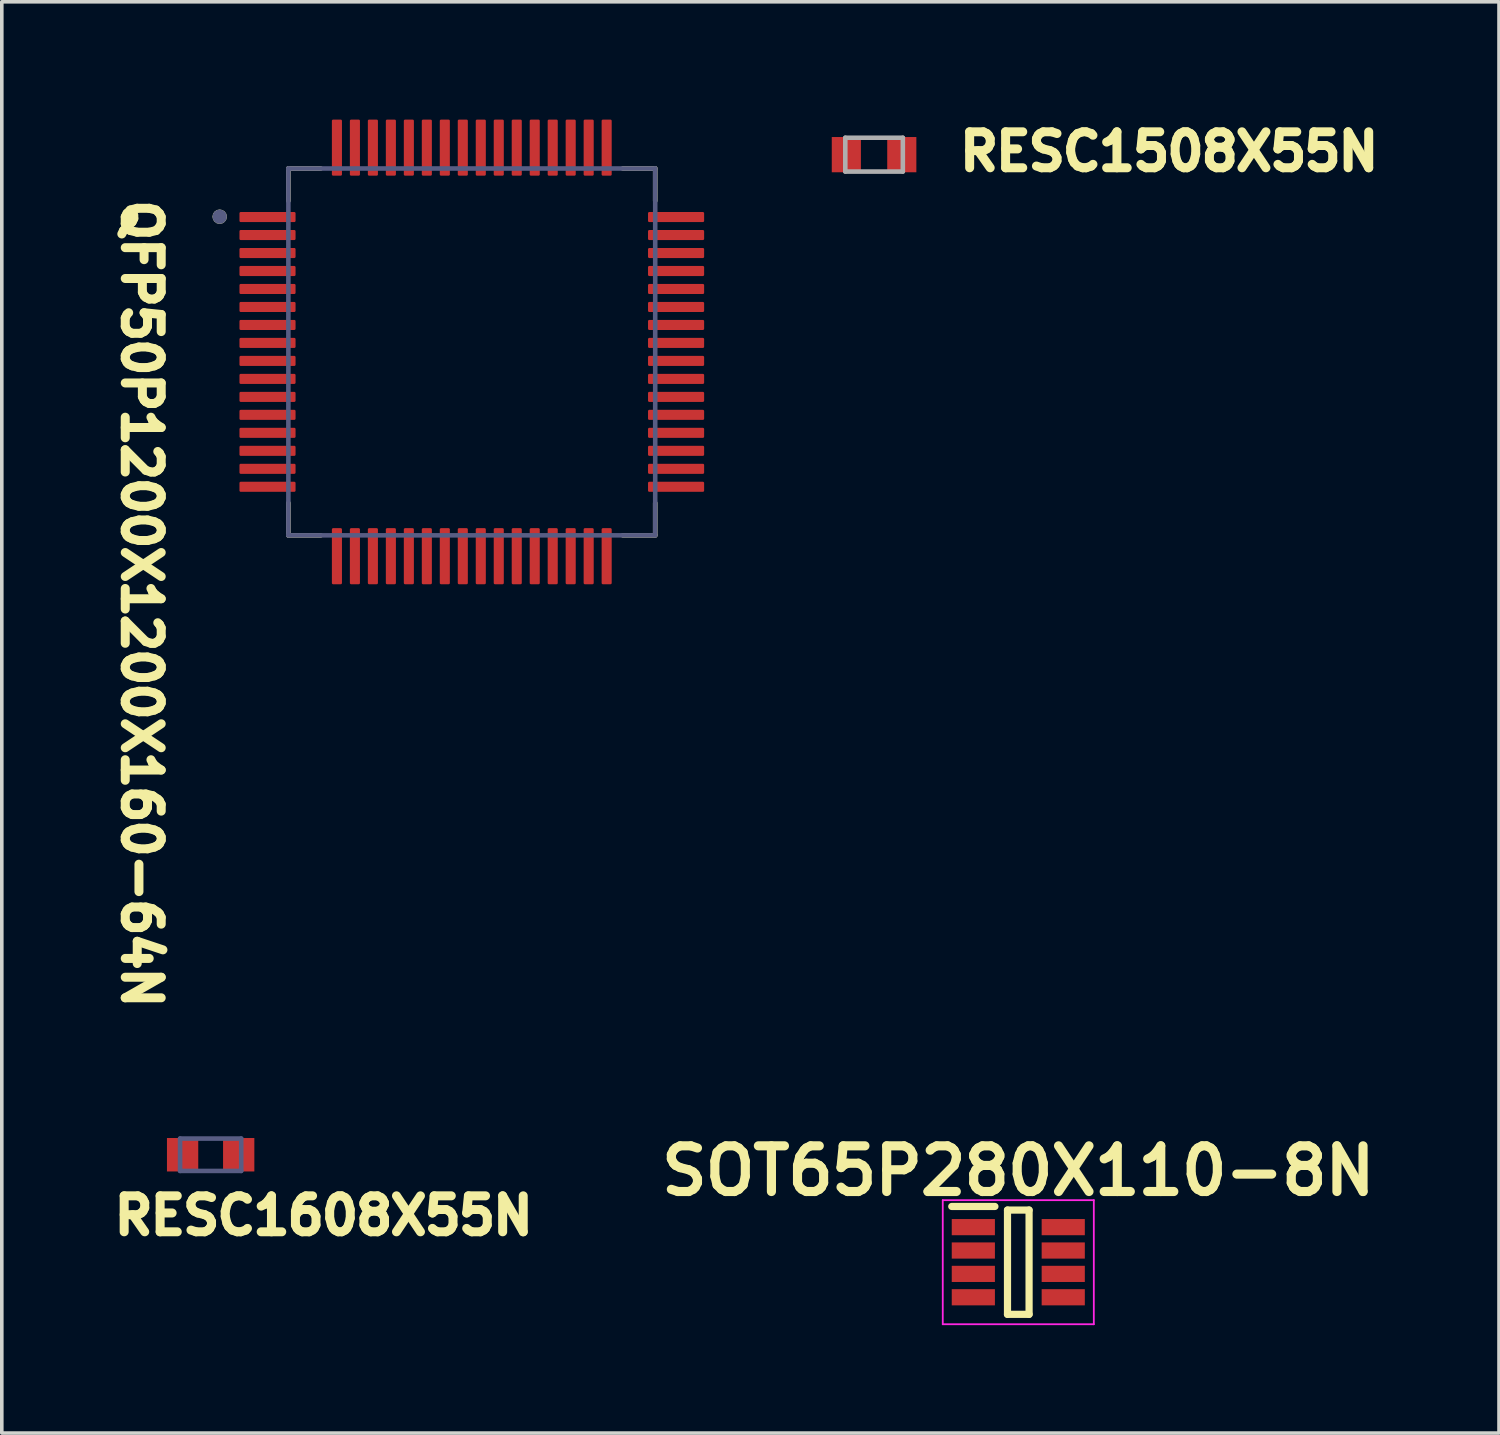
<source format=kicad_pcb>
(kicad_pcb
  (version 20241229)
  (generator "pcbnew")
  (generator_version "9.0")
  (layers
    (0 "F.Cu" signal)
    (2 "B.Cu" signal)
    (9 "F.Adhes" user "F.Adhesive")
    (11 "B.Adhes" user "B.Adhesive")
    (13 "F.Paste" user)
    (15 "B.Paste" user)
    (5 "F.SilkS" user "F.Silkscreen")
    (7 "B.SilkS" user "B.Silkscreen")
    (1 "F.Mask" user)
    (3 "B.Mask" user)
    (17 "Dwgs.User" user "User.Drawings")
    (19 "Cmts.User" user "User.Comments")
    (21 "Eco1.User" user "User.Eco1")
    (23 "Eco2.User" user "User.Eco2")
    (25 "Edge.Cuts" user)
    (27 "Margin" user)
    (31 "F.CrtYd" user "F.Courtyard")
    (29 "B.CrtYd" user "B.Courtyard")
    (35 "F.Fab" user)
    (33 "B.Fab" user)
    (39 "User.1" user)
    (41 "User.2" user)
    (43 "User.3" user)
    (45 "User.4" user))
  (footprint "QFP50P1200X1200X160-64N"
    (layer "F.Cu")
    (at 10.068 6.735)
    (property "Reference" "QFP50P1200X1200X160-64N" (at -9.771 -4.349 270) (unlocked yes) (layer "F.SilkS") (effects (font (size 1 1) (thickness 0.254)) (justify left bottom)))
    (fp_line (start -5.1 -5.1) (end -5.1 -4.2) (stroke (width 0.127) (type solid)) (layer "F.SilkS"))
    (fp_line (start -5.1 -5.1) (end -4.2 -5.1) (stroke (width 0.127) (type solid)) (layer "F.SilkS"))
    (fp_line (start -5.1 4.2) (end -5.1 5.1) (stroke (width 0.127) (type solid)) (layer "F.SilkS"))
    (fp_line (start -5.1 5.1) (end -4.2 5.1) (stroke (width 0.127) (type solid)) (layer "F.SilkS"))
    (fp_line (start 4.2 -5.1) (end 5.1 -5.1) (stroke (width 0.127) (type solid)) (layer "F.SilkS"))
    (fp_line (start 4.2 5.1) (end 5.1 5.1) (stroke (width 0.127) (type solid)) (layer "F.SilkS"))
    (fp_line (start 5.1 -5.1) (end 5.1 -4.2) (stroke (width 0.127) (type solid)) (layer "F.SilkS"))
    (fp_line (start 5.1 4.2) (end 5.1 5.1) (stroke (width 0.127) (type solid)) (layer "F.SilkS"))
    (fp_circle (center -7.01 -3.76) (end -6.91 -3.76) (stroke (width 0.2) (type solid)) (fill no) (layer "F.SilkS"))
    (fp_line (start -6.71 -4.14) (end -6.71 4.14) (stroke (width 0.05) (type solid)) (layer "Eco1.User"))
    (fp_line (start -6.71 -4.14) (end -5.35 -4.14) (stroke (width 0.05) (type solid)) (layer "Eco1.User"))
    (fp_line (start -6.71 4.14) (end -5.35 4.14) (stroke (width 0.05) (type solid)) (layer "Eco1.User"))
    (fp_line (start -5.35 -5.35) (end -5.35 -4.14) (stroke (width 0.05) (type solid)) (layer "Eco1.User"))
    (fp_line (start -5.35 -5.35) (end -4.14 -5.35) (stroke (width 0.05) (type solid)) (layer "Eco1.User"))
    (fp_line (start -5.35 4.14) (end -5.35 5.35) (stroke (width 0.05) (type solid)) (layer "Eco1.User"))
    (fp_line (start -5.35 5.35) (end -4.14 5.35) (stroke (width 0.05) (type solid)) (layer "Eco1.User"))
    (fp_line (start -4.14 -6.71) (end -4.14 -5.35) (stroke (width 0.05) (type solid)) (layer "Eco1.User"))
    (fp_line (start -4.14 -6.71) (end 4.14 -6.71) (stroke (width 0.05) (type solid)) (layer "Eco1.User"))
    (fp_line (start -4.14 5.35) (end -4.14 6.71) (stroke (width 0.05) (type solid)) (layer "Eco1.User"))
    (fp_line (start -4.14 6.71) (end 4.14 6.71) (stroke (width 0.05) (type solid)) (layer "Eco1.User"))
    (fp_line (start 4.14 -6.71) (end 4.14 -5.35) (stroke (width 0.05) (type solid)) (layer "Eco1.User"))
    (fp_line (start 4.14 -5.35) (end 5.35 -5.35) (stroke (width 0.05) (type solid)) (layer "Eco1.User"))
    (fp_line (start 4.14 5.35) (end 4.14 6.71) (stroke (width 0.05) (type solid)) (layer "Eco1.User"))
    (fp_line (start 4.14 5.35) (end 5.35 5.35) (stroke (width 0.05) (type solid)) (layer "Eco1.User"))
    (fp_line (start 5.35 -5.35) (end 5.35 -4.14) (stroke (width 0.05) (type solid)) (layer "Eco1.User"))
    (fp_line (start 5.35 -4.14) (end 6.71 -4.14) (stroke (width 0.05) (type solid)) (layer "Eco1.User"))
    (fp_line (start 5.35 4.14) (end 5.35 5.35) (stroke (width 0.05) (type solid)) (layer "Eco1.User"))
    (fp_line (start 5.35 4.14) (end 6.71 4.14) (stroke (width 0.05) (type solid)) (layer "Eco1.User"))
    (fp_line (start 6.71 -4.14) (end 6.71 4.14) (stroke (width 0.05) (type solid)) (layer "Eco1.User"))
    (fp_line (start -5.1 -5.1) (end -5.1 5.1) (stroke (width 0.127) (type solid)) (layer "B.Fab"))
    (fp_line (start -5.1 -5.1) (end 5.1 -5.1) (stroke (width 0.127) (type solid)) (layer "B.Fab"))
    (fp_line (start -5.1 5.1) (end 5.1 5.1) (stroke (width 0.127) (type solid)) (layer "B.Fab"))
    (fp_line (start 5.1 -5.1) (end 5.1 5.1) (stroke (width 0.127) (type solid)) (layer "B.Fab"))
    (fp_circle (center -7.01 -3.76) (end -6.91 -3.76) (stroke (width 0.2) (type solid)) (fill no) (layer "B.Fab"))
    (pad "" smd roundrect (at -3.25 -5.68 270) (size 1.56 0.28) (layers "F.Cu" "F.Mask" "F.Paste") (roundrect_rratio 0.125))
    (pad "1" smd roundrect (at -5.68 -3.75 180) (size 1.56 0.28) (layers "F.Cu" "F.Mask" "F.Paste") (roundrect_rratio 0.125))
    (pad "2" smd roundrect (at -5.68 -3.25) (size 1.56 0.28) (layers "F.Cu" "F.Mask" "F.Paste") (roundrect_rratio 0.125))
    (pad "3" smd roundrect (at -5.68 -2.75) (size 1.56 0.28) (layers "F.Cu" "F.Mask" "F.Paste") (roundrect_rratio 0.125))
    (pad "4" smd roundrect (at -5.68 -2.25) (size 1.56 0.28) (layers "F.Cu" "F.Mask" "F.Paste") (roundrect_rratio 0.125))
    (pad "5" smd roundrect (at -5.68 -1.75) (size 1.56 0.28) (layers "F.Cu" "F.Mask" "F.Paste") (roundrect_rratio 0.125))
    (pad "6" smd roundrect (at -5.68 -1.25) (size 1.56 0.28) (layers "F.Cu" "F.Mask" "F.Paste") (roundrect_rratio 0.125))
    (pad "7" smd roundrect (at -5.68 -0.75) (size 1.56 0.28) (layers "F.Cu" "F.Mask" "F.Paste") (roundrect_rratio 0.125))
    (pad "8" smd roundrect (at -5.68 -0.25) (size 1.56 0.28) (layers "F.Cu" "F.Mask" "F.Paste") (roundrect_rratio 0.125))
    (pad "9" smd roundrect (at -5.68 0.25) (size 1.56 0.28) (layers "F.Cu" "F.Mask" "F.Paste") (roundrect_rratio 0.125))
    (pad "10" smd roundrect (at -5.68 0.75) (size 1.56 0.28) (layers "F.Cu" "F.Mask" "F.Paste") (roundrect_rratio 0.125))
    (pad "11" smd roundrect (at -5.68 1.25) (size 1.56 0.28) (layers "F.Cu" "F.Mask" "F.Paste") (roundrect_rratio 0.125))
    (pad "12" smd roundrect (at -5.68 1.75) (size 1.56 0.28) (layers "F.Cu" "F.Mask" "F.Paste") (roundrect_rratio 0.125))
    (pad "13" smd roundrect (at -5.68 2.25) (size 1.56 0.28) (layers "F.Cu" "F.Mask" "F.Paste") (roundrect_rratio 0.125))
    (pad "14" smd roundrect (at -5.68 2.75) (size 1.56 0.28) (layers "F.Cu" "F.Mask" "F.Paste") (roundrect_rratio 0.125))
    (pad "15" smd roundrect (at -5.68 3.25) (size 1.56 0.28) (layers "F.Cu" "F.Mask" "F.Paste") (roundrect_rratio 0.125))
    (pad "16" smd roundrect (at -5.68 3.75) (size 1.56 0.28) (layers "F.Cu" "F.Mask" "F.Paste") (roundrect_rratio 0.125))
    (pad "17" smd roundrect (at -3.75 5.68 90) (size 1.56 0.28) (layers "F.Cu" "F.Mask" "F.Paste") (roundrect_rratio 0.125))
    (pad "18" smd roundrect (at -3.25 5.68 90) (size 1.56 0.28) (layers "F.Cu" "F.Mask" "F.Paste") (roundrect_rratio 0.125))
    (pad "19" smd roundrect (at -2.75 5.68 90) (size 1.56 0.28) (layers "F.Cu" "F.Mask" "F.Paste") (roundrect_rratio 0.125))
    (pad "20" smd roundrect (at -2.25 5.68 90) (size 1.56 0.28) (layers "F.Cu" "F.Mask" "F.Paste") (roundrect_rratio 0.125))
    (pad "21" smd roundrect (at -1.75 5.68 90) (size 1.56 0.28) (layers "F.Cu" "F.Mask" "F.Paste") (roundrect_rratio 0.125))
    (pad "22" smd roundrect (at -1.25 5.68 90) (size 1.56 0.28) (layers "F.Cu" "F.Mask" "F.Paste") (roundrect_rratio 0.125))
    (pad "23" smd roundrect (at -0.75 5.68 90) (size 1.56 0.28) (layers "F.Cu" "F.Mask" "F.Paste") (roundrect_rratio 0.125))
    (pad "24" smd roundrect (at -0.25 5.68 90) (size 1.56 0.28) (layers "F.Cu" "F.Mask" "F.Paste") (roundrect_rratio 0.125))
    (pad "25" smd roundrect (at 0.25 5.68 90) (size 1.56 0.28) (layers "F.Cu" "F.Mask" "F.Paste") (roundrect_rratio 0.125))
    (pad "26" smd roundrect (at 0.75 5.68 90) (size 1.56 0.28) (layers "F.Cu" "F.Mask" "F.Paste") (roundrect_rratio 0.125))
    (pad "27" smd roundrect (at 1.25 5.68 90) (size 1.56 0.28) (layers "F.Cu" "F.Mask" "F.Paste") (roundrect_rratio 0.125))
    (pad "28" smd roundrect (at 1.75 5.68 90) (size 1.56 0.28) (layers "F.Cu" "F.Mask" "F.Paste") (roundrect_rratio 0.125))
    (pad "29" smd roundrect (at 2.25 5.68 90) (size 1.56 0.28) (layers "F.Cu" "F.Mask" "F.Paste") (roundrect_rratio 0.125))
    (pad "30" smd roundrect (at 2.75 5.68 90) (size 1.56 0.28) (layers "F.Cu" "F.Mask" "F.Paste") (roundrect_rratio 0.125))
    (pad "31" smd roundrect (at 3.25 5.68 90) (size 1.56 0.28) (layers "F.Cu" "F.Mask" "F.Paste") (roundrect_rratio 0.125))
    (pad "32" smd roundrect (at 3.75 5.68 90) (size 1.56 0.28) (layers "F.Cu" "F.Mask" "F.Paste") (roundrect_rratio 0.125))
    (pad "33" smd roundrect (at 5.68 3.75 180) (size 1.56 0.28) (layers "F.Cu" "F.Mask" "F.Paste") (roundrect_rratio 0.125))
    (pad "34" smd roundrect (at 5.68 3.25 180) (size 1.56 0.28) (layers "F.Cu" "F.Mask" "F.Paste") (roundrect_rratio 0.125))
    (pad "35" smd roundrect (at 5.68 2.75 180) (size 1.56 0.28) (layers "F.Cu" "F.Mask" "F.Paste") (roundrect_rratio 0.125))
    (pad "36" smd roundrect (at 5.68 2.25 180) (size 1.56 0.28) (layers "F.Cu" "F.Mask" "F.Paste") (roundrect_rratio 0.125))
    (pad "37" smd roundrect (at 5.68 1.75 180) (size 1.56 0.28) (layers "F.Cu" "F.Mask" "F.Paste") (roundrect_rratio 0.125))
    (pad "38" smd roundrect (at 5.68 1.25 180) (size 1.56 0.28) (layers "F.Cu" "F.Mask" "F.Paste") (roundrect_rratio 0.125))
    (pad "39" smd roundrect (at 5.68 0.75 180) (size 1.56 0.28) (layers "F.Cu" "F.Mask" "F.Paste") (roundrect_rratio 0.125))
    (pad "40" smd roundrect (at 5.68 0.25 180) (size 1.56 0.28) (layers "F.Cu" "F.Mask" "F.Paste") (roundrect_rratio 0.125))
    (pad "41" smd roundrect (at 5.68 -0.25 180) (size 1.56 0.28) (layers "F.Cu" "F.Mask" "F.Paste") (roundrect_rratio 0.125))
    (pad "42" smd roundrect (at 5.68 -0.75 180) (size 1.56 0.28) (layers "F.Cu" "F.Mask" "F.Paste") (roundrect_rratio 0.125))
    (pad "43" smd roundrect (at 5.68 -1.25 180) (size 1.56 0.28) (layers "F.Cu" "F.Mask" "F.Paste") (roundrect_rratio 0.125))
    (pad "44" smd roundrect (at 5.68 -1.75 180) (size 1.56 0.28) (layers "F.Cu" "F.Mask" "F.Paste") (roundrect_rratio 0.125))
    (pad "45" smd roundrect (at 5.68 -2.25 180) (size 1.56 0.28) (layers "F.Cu" "F.Mask" "F.Paste") (roundrect_rratio 0.125))
    (pad "46" smd roundrect (at 5.68 -2.75 180) (size 1.56 0.28) (layers "F.Cu" "F.Mask" "F.Paste") (roundrect_rratio 0.125))
    (pad "47" smd roundrect (at 5.68 -3.25 180) (size 1.56 0.28) (layers "F.Cu" "F.Mask" "F.Paste") (roundrect_rratio 0.125))
    (pad "48" smd roundrect (at 5.68 -3.75 180) (size 1.56 0.28) (layers "F.Cu" "F.Mask" "F.Paste") (roundrect_rratio 0.125))
    (pad "49" smd roundrect (at 3.75 -5.68 270) (size 1.56 0.28) (layers "F.Cu" "F.Mask" "F.Paste") (roundrect_rratio 0.125))
    (pad "50" smd roundrect (at 3.25 -5.68 270) (size 1.56 0.28) (layers "F.Cu" "F.Mask" "F.Paste") (roundrect_rratio 0.125))
    (pad "51" smd roundrect (at 2.75 -5.68 270) (size 1.56 0.28) (layers "F.Cu" "F.Mask" "F.Paste") (roundrect_rratio 0.125))
    (pad "52" smd roundrect (at 2.25 -5.68 270) (size 1.56 0.28) (layers "F.Cu" "F.Mask" "F.Paste") (roundrect_rratio 0.125))
    (pad "53" smd roundrect (at 1.75 -5.68 270) (size 1.56 0.28) (layers "F.Cu" "F.Mask" "F.Paste") (roundrect_rratio 0.125))
    (pad "54" smd roundrect (at 1.25 -5.68 270) (size 1.56 0.28) (layers "F.Cu" "F.Mask" "F.Paste") (roundrect_rratio 0.125))
    (pad "55" smd roundrect (at 0.75 -5.68 270) (size 1.56 0.28) (layers "F.Cu" "F.Mask" "F.Paste") (roundrect_rratio 0.125))
    (pad "56" smd roundrect (at 0.25 -5.68 270) (size 1.56 0.28) (layers "F.Cu" "F.Mask" "F.Paste") (roundrect_rratio 0.125))
    (pad "57" smd roundrect (at -0.25 -5.68 270) (size 1.56 0.28) (layers "F.Cu" "F.Mask" "F.Paste") (roundrect_rratio 0.125))
    (pad "58" smd roundrect (at -0.75 -5.68 270) (size 1.56 0.28) (layers "F.Cu" "F.Mask" "F.Paste") (roundrect_rratio 0.125))
    (pad "59" smd roundrect (at -1.25 -5.68 270) (size 1.56 0.28) (layers "F.Cu" "F.Mask" "F.Paste") (roundrect_rratio 0.125))
    (pad "60" smd roundrect (at -1.75 -5.68 270) (size 1.56 0.28) (layers "F.Cu" "F.Mask" "F.Paste") (roundrect_rratio 0.125))
    (pad "61" smd roundrect (at -2.25 -5.68 270) (size 1.56 0.28) (layers "F.Cu" "F.Mask" "F.Paste") (roundrect_rratio 0.125))
    (pad "62" smd roundrect (at -2.75 -5.68 270) (size 1.56 0.28) (layers "F.Cu" "F.Mask" "F.Paste") (roundrect_rratio 0.125))
    (pad "64" smd roundrect (at -3.75 -5.68 270) (size 1.56 0.28) (layers "F.Cu" "F.Mask" "F.Paste") (roundrect_rratio 0.125)))
  (footprint "RESC1608X55N"
    (layer "F.Cu")
    (at 2.807 29.057)
    (property "Reference" "RESC1608X55N" (at -2.807 2.278 0) (unlocked yes) (layer "F.SilkS") (effects (font (size 1 1) (thickness 0.254)) (justify left bottom)))
    (fp_line (start -1.465 -0.715) (end 1.465 -0.715) (stroke (width 0.05) (type solid)) (layer "Eco1.User"))
    (fp_line (start -1.465 0.715) (end -1.465 -0.715) (stroke (width 0.05) (type solid)) (layer "Eco1.User"))
    (fp_line (start -1.465 0.715) (end 1.465 0.715) (stroke (width 0.05) (type solid)) (layer "Eco1.User"))
    (fp_line (start 1.465 0.715) (end 1.465 -0.715) (stroke (width 0.05) (type solid)) (layer "Eco1.User"))
    (fp_line (start -0.85 -0.45) (end 0.85 -0.45) (stroke (width 0.127) (type solid)) (layer "B.Fab"))
    (fp_line (start -0.85 0.45) (end -0.85 -0.45) (stroke (width 0.127) (type solid)) (layer "B.Fab"))
    (fp_line (start -0.85 0.45) (end 0.85 0.45) (stroke (width 0.127) (type solid)) (layer "B.Fab"))
    (fp_line (start 0.85 0.45) (end 0.85 -0.45) (stroke (width 0.127) (type solid)) (layer "B.Fab"))
    (pad "1" smd rect (at -0.78 0) (size 0.87 0.93) (layers "F.Cu" "F.Mask" "F.Paste"))
    (pad "2" smd rect (at 0.78 0) (size 0.87 0.93) (layers "F.Cu" "F.Mask" "F.Paste")))
  (footprint "RESC1508X55N"
    (layer "F.Cu")
    (at 21.253 1.25)
    (property "Reference" "RESC1508X55N" (at 2.255 0.5 0) (unlocked yes) (layer "F.SilkS") (effects (font (size 1 1) (thickness 0.254)) (justify left bottom)))
    (fp_line (start -1.425 0.74) (end -1.425 -0.74) (stroke (width 0.05) (type solid)) (layer "Eco1.User"))
    (fp_line (start 1.425 -0.74) (end -1.425 -0.74) (stroke (width 0.05) (type solid)) (layer "Eco1.User"))
    (fp_line (start 1.425 0.74) (end -1.425 0.74) (stroke (width 0.05) (type solid)) (layer "Eco1.User"))
    (fp_line (start 1.425 0.74) (end 1.425 -0.74) (stroke (width 0.05) (type solid)) (layer "Eco1.User"))
    (fp_line (start -0.8 0.47) (end -0.8 -0.47) (stroke (width 0.127) (type solid)) (layer "F.Fab"))
    (fp_line (start 0.8 -0.47) (end -0.8 -0.47) (stroke (width 0.127) (type solid)) (layer "F.Fab"))
    (fp_line (start 0.8 0.47) (end -0.8 0.47) (stroke (width 0.127) (type solid)) (layer "F.Fab"))
    (fp_line (start 0.8 0.47) (end 0.8 -0.47) (stroke (width 0.127) (type solid)) (layer "F.Fab"))
    (pad "1" smd rect (at -0.771 0) (size 0.81 0.98) (layers "F.Cu" "F.Mask" "F.Paste"))
    (pad "2" smd rect (at 0.771 0) (size 0.81 0.98) (layers "F.Cu" "F.Mask" "F.Paste")))
  (footprint "SOT65P280X110-8N"
    (layer "F.Cu")
    (at 25.263 32.045)
    (property "Reference" "SOT65P280X110-8N" (at 0 -2.54 0) (layer "F.SilkS") (effects (font (size 1.27 1.27) (thickness 0.254))))
    (attr smd)
    (fp_line (start -1.85 -1.55) (end -0.65 -1.55) (stroke (width 0.2) (type solid)) (layer "F.SilkS"))
    (fp_line (start -0.3 -1.45) (end 0.3 -1.45) (stroke (width 0.2) (type solid)) (layer "F.SilkS"))
    (fp_line (start -0.3 1.45) (end -0.3 -1.45) (stroke (width 0.2) (type solid)) (layer "F.SilkS"))
    (fp_line (start 0.3 -1.45) (end 0.3 1.45) (stroke (width 0.2) (type solid)) (layer "F.SilkS"))
    (fp_line (start 0.3 1.45) (end -0.3 1.45) (stroke (width 0.2) (type solid)) (layer "F.SilkS"))
    (fp_line (start -2.1 -1.725) (end 2.1 -1.725) (stroke (width 0.05) (type solid)) (layer "F.CrtYd"))
    (fp_line (start -2.1 1.725) (end -2.1 -1.725) (stroke (width 0.05) (type solid)) (layer "F.CrtYd"))
    (fp_line (start 2.1 -1.725) (end 2.1 1.725) (stroke (width 0.05) (type solid)) (layer "F.CrtYd"))
    (fp_line (start 2.1 1.725) (end -2.1 1.725) (stroke (width 0.05) (type solid)) (layer "F.CrtYd"))
    (pad "1" smd rect (at -1.25 -0.975 90) (size 0.45 1.2) (layers "F.Cu" "F.Mask" "F.Paste"))
    (pad "2" smd rect (at -1.25 -0.325 90) (size 0.45 1.2) (layers "F.Cu" "F.Mask" "F.Paste"))
    (pad "3" smd rect (at -1.25 0.325 90) (size 0.45 1.2) (layers "F.Cu" "F.Mask" "F.Paste"))
    (pad "4" smd rect (at -1.25 0.975 90) (size 0.45 1.2) (layers "F.Cu" "F.Mask" "F.Paste"))
    (pad "5" smd rect (at 1.25 0.975 90) (size 0.45 1.2) (layers "F.Cu" "F.Mask" "F.Paste"))
    (pad "6" smd rect (at 1.25 0.325 90) (size 0.45 1.2) (layers "F.Cu" "F.Mask" "F.Paste"))
    (pad "7" smd rect (at 1.25 -0.325 90) (size 0.45 1.2) (layers "F.Cu" "F.Mask" "F.Paste"))
    (pad "8" smd rect (at 1.25 -0.975 90) (size 0.45 1.2) (layers "F.Cu" "F.Mask" "F.Paste")))
  (gr_rect
    (start -3 -3)
    (end 38.629 36.795)
    (stroke (width 0.1) (type default))
    (fill no)
    (layer "Edge.Cuts")))
</source>
